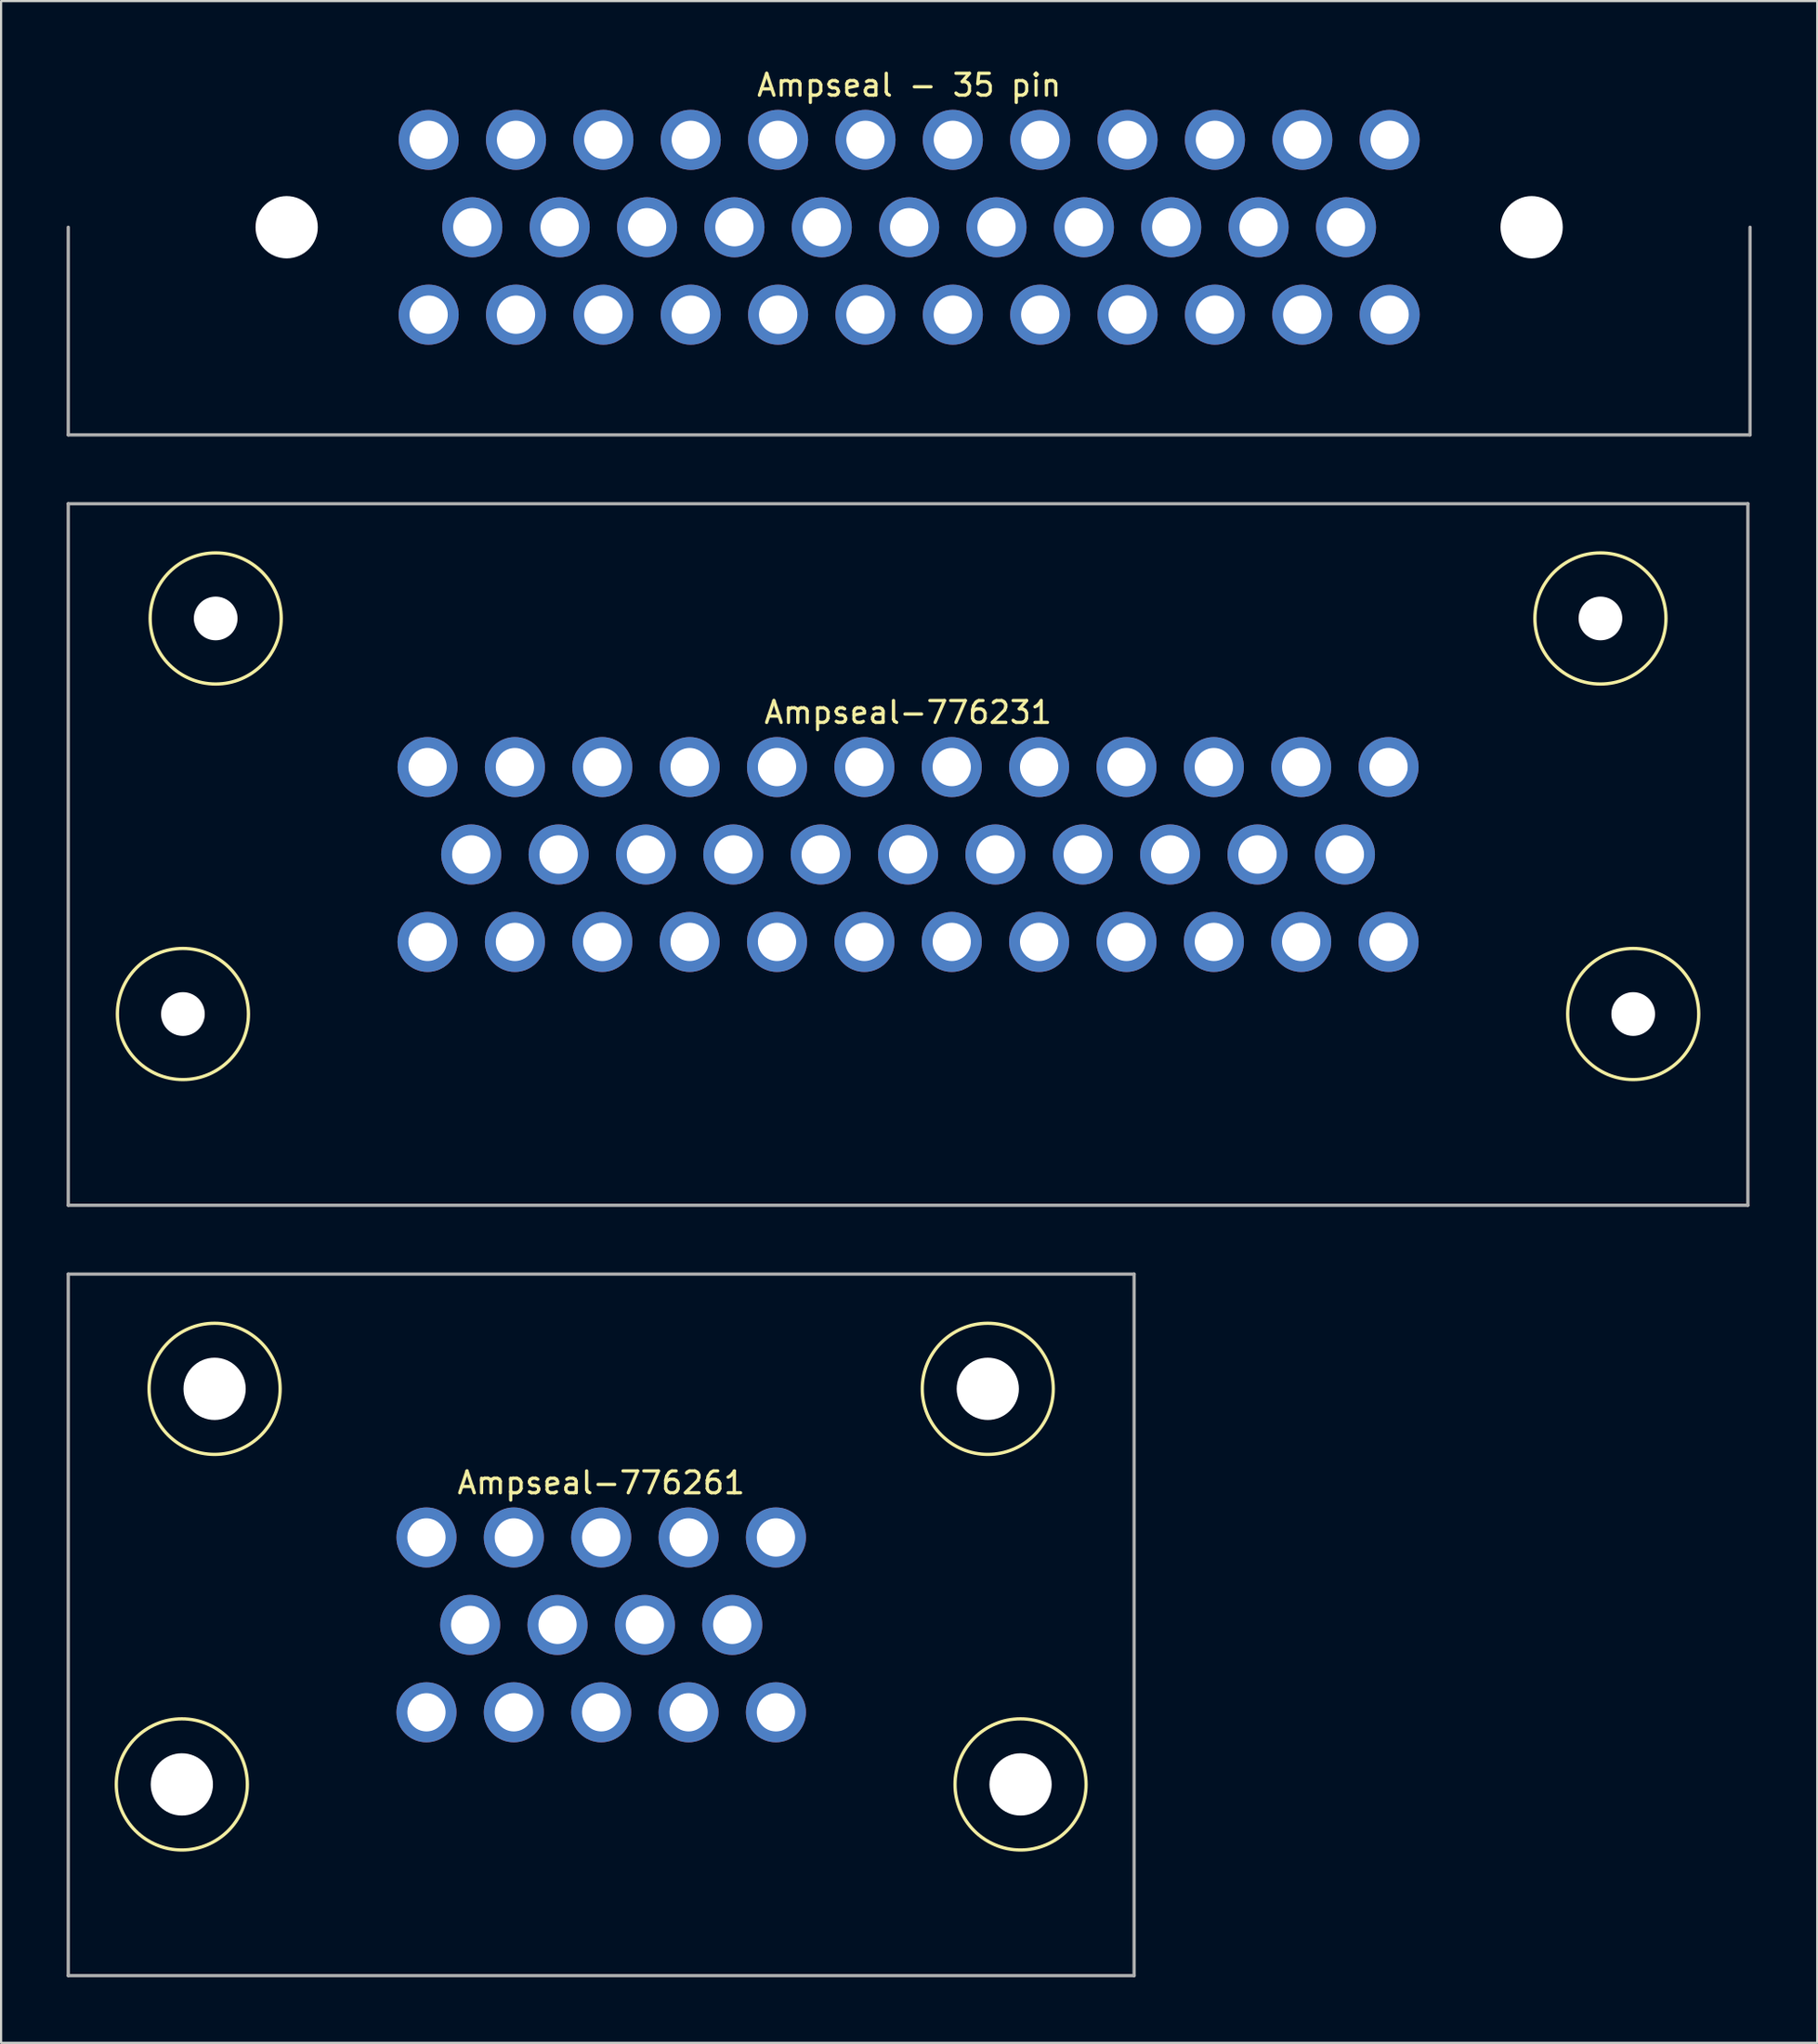
<source format=kicad_pcb>
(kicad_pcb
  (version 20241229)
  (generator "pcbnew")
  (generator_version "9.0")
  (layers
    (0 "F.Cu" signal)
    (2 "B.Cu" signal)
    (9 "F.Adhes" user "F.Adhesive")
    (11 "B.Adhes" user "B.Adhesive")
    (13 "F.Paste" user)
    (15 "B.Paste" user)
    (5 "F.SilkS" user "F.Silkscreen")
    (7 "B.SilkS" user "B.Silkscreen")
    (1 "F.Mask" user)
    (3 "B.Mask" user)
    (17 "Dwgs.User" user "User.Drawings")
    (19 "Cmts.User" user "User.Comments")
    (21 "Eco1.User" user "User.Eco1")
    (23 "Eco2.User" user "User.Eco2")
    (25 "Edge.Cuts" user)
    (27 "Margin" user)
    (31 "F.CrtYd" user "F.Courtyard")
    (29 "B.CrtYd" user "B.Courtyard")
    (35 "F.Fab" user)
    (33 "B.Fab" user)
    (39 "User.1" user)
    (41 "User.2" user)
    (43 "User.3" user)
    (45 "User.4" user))
  (footprint "Ampseal-776261"
    (layer "F.Cu")
    (at 24.475 71.298)
    (property "Reference" "Ampseal-776261" (at 0 -6.5 0) (layer "F.SilkS") (effects (font (size 1 1) (thickness 0.15))))
    (attr through_hole)
    (fp_circle (center -19.2 7.3) (end -19.2 10.3) (stroke (width 0.15) (type solid)) (fill no) (layer "F.SilkS"))
    (fp_circle (center -17.7 -10.8) (end -20.7 -10.8) (stroke (width 0.15) (type solid)) (fill no) (layer "F.SilkS"))
    (fp_circle (center 17.7 -10.8) (end 20.7 -10.8) (stroke (width 0.15) (type solid)) (fill no) (layer "F.SilkS"))
    (fp_circle (center 19.2 7.3) (end 19.2 10.3) (stroke (width 0.15) (type solid)) (fill no) (layer "F.SilkS"))
    (fp_line (start -24.4 -16.05) (end 24.4 -16.05) (stroke (width 0.15) (type solid)) (layer "F.Fab"))
    (fp_line (start -24.4 16.05) (end -24.4 -16.05) (stroke (width 0.15) (type solid)) (layer "F.Fab"))
    (fp_line (start -24.4 16.05) (end 24.4 16.05) (stroke (width 0.15) (type solid)) (layer "F.Fab"))
    (fp_line (start 24.4 16.05) (end 24.4 -16.05) (stroke (width 0.15) (type solid)) (layer "F.Fab"))
    (pad "" np_thru_hole circle (at -19.2 7.3) (size 2.85 2.85) (drill 2.85) (layers "*.Cu" "*.Mask"))
    (pad "" np_thru_hole circle (at -17.7 -10.8) (size 2.85 2.85) (drill 2.85) (layers "*.Cu" "*.Mask"))
    (pad "" np_thru_hole circle (at 17.7 -10.8) (size 2.85 2.85) (drill 2.85) (layers "*.Cu" "*.Mask"))
    (pad "" np_thru_hole circle (at 19.2 7.3) (size 2.85 2.85) (drill 2.85) (layers "*.Cu" "*.Mask"))
    (pad "1" thru_hole circle (at -8 -4) (size 2.75 2.75) (drill 1.75) (layers "*.Cu" "*.Mask"))
    (pad "2" thru_hole circle (at -4 -4) (size 2.75 2.75) (drill 1.75) (layers "*.Cu" "*.Mask"))
    (pad "3" thru_hole circle (at 0 -4) (size 2.75 2.75) (drill 1.75) (layers "*.Cu" "*.Mask"))
    (pad "4" thru_hole circle (at 4 -4) (size 2.75 2.75) (drill 1.75) (layers "*.Cu" "*.Mask"))
    (pad "5" thru_hole circle (at 8 -4) (size 2.75 2.75) (drill 1.75) (layers "*.Cu" "*.Mask"))
    (pad "6" thru_hole circle (at -6 0) (size 2.75 2.75) (drill 1.75) (layers "*.Cu" "*.Mask"))
    (pad "7" thru_hole circle (at -2 0) (size 2.75 2.75) (drill 1.75) (layers "*.Cu" "*.Mask"))
    (pad "8" thru_hole circle (at 2 0) (size 2.75 2.75) (drill 1.75) (layers "*.Cu" "*.Mask"))
    (pad "9" thru_hole circle (at 6 0) (size 2.75 2.75) (drill 1.75) (layers "*.Cu" "*.Mask"))
    (pad "10" thru_hole circle (at -8 4) (size 2.75 2.75) (drill 1.75) (layers "*.Cu" "*.Mask"))
    (pad "11" thru_hole circle (at -4 4) (size 2.75 2.75) (drill 1.75) (layers "*.Cu" "*.Mask"))
    (pad "12" thru_hole circle (at 0 4) (size 2.75 2.75) (drill 1.75) (layers "*.Cu" "*.Mask"))
    (pad "13" thru_hole circle (at 4 4) (size 2.75 2.75) (drill 1.75) (layers "*.Cu" "*.Mask"))
    (pad "14" thru_hole circle (at 8 4) (size 2.75 2.75) (drill 1.75) (layers "*.Cu" "*.Mask")))
  (footprint "Ampseal-776231"
    (layer "F.Cu")
    (at 38.525 36.048)
    (property "Reference" "Ampseal-776231" (at 0 -6.5 0) (layer "F.SilkS") (effects (font (size 1 1) (thickness 0.15))))
    (attr through_hole)
    (fp_circle (center -33.2 7.3) (end -30.2 7.3) (stroke (width 0.15) (type solid)) (fill no) (layer "F.SilkS"))
    (fp_circle (center -31.7 -10.8) (end -34.7 -10.8) (stroke (width 0.15) (type solid)) (fill no) (layer "F.SilkS"))
    (fp_circle (center 31.7 -10.8) (end 34.7 -10.8) (stroke (width 0.15) (type solid)) (fill no) (layer "F.SilkS"))
    (fp_circle (center 33.2 7.3) (end 36.2 7.3) (stroke (width 0.15) (type solid)) (fill no) (layer "F.SilkS"))
    (fp_line (start -38.45 -16.05) (end -38.45 16.05) (stroke (width 0.15) (type solid)) (layer "F.Fab"))
    (fp_line (start -38.45 -16.05) (end 38.45 -16.05) (stroke (width 0.15) (type solid)) (layer "F.Fab"))
    (fp_line (start -38.45 16.05) (end 38.45 16.05) (stroke (width 0.15) (type solid)) (layer "F.Fab"))
    (fp_line (start 38.45 -16.05) (end 38.45 16.05) (stroke (width 0.15) (type solid)) (layer "F.Fab"))
    (pad "" np_thru_hole circle (at -33.2 7.3) (size 2 2) (drill 2) (layers "*.Cu" "*.Mask"))
    (pad "" np_thru_hole circle (at -31.7 -10.8) (size 2 2) (drill 2) (layers "*.Cu" "*.Mask"))
    (pad "" np_thru_hole circle (at 31.7 -10.8) (size 2 2) (drill 2) (layers "*.Cu" "*.Mask"))
    (pad "" np_thru_hole circle (at 33.2 7.3) (size 2 2) (drill 2) (layers "*.Cu" "*.Mask"))
    (pad "1" thru_hole circle (at -22 -4) (size 2.75 2.75) (drill 1.75) (layers "*.Cu" "*.Mask"))
    (pad "2" thru_hole circle (at -18 -4) (size 2.75 2.75) (drill 1.75) (layers "*.Cu" "*.Mask"))
    (pad "3" thru_hole circle (at -14 -4) (size 2.75 2.75) (drill 1.75) (layers "*.Cu" "*.Mask"))
    (pad "4" thru_hole circle (at -10 -4) (size 2.75 2.75) (drill 1.75) (layers "*.Cu" "*.Mask"))
    (pad "5" thru_hole circle (at -6 -4) (size 2.75 2.75) (drill 1.75) (layers "*.Cu" "*.Mask"))
    (pad "6" thru_hole circle (at -2 -4) (size 2.75 2.75) (drill 1.75) (layers "*.Cu" "*.Mask"))
    (pad "7" thru_hole circle (at 2 -4) (size 2.75 2.75) (drill 1.75) (layers "*.Cu" "*.Mask"))
    (pad "8" thru_hole circle (at 6 -4) (size 2.75 2.75) (drill 1.75) (layers "*.Cu" "*.Mask"))
    (pad "9" thru_hole circle (at 10 -4) (size 2.75 2.75) (drill 1.75) (layers "*.Cu" "*.Mask"))
    (pad "10" thru_hole circle (at 14 -4) (size 2.75 2.75) (drill 1.75) (layers "*.Cu" "*.Mask"))
    (pad "11" thru_hole circle (at 18 -4) (size 2.75 2.75) (drill 1.75) (layers "*.Cu" "*.Mask"))
    (pad "12" thru_hole circle (at 22 -4) (size 2.75 2.75) (drill 1.75) (layers "*.Cu" "*.Mask"))
    (pad "13" thru_hole circle (at -20 0) (size 2.75 2.75) (drill 1.75) (layers "*.Cu" "*.Mask"))
    (pad "14" thru_hole circle (at -16 0) (size 2.75 2.75) (drill 1.75) (layers "*.Cu" "*.Mask"))
    (pad "15" thru_hole circle (at -12 0) (size 2.75 2.75) (drill 1.75) (layers "*.Cu" "*.Mask"))
    (pad "16" thru_hole circle (at -8 0) (size 2.75 2.75) (drill 1.75) (layers "*.Cu" "*.Mask"))
    (pad "17" thru_hole circle (at -4 0) (size 2.75 2.75) (drill 1.75) (layers "*.Cu" "*.Mask"))
    (pad "18" thru_hole circle (at 0 0) (size 2.75 2.75) (drill 1.75) (layers "*.Cu" "*.Mask"))
    (pad "19" thru_hole circle (at 4 0) (size 2.75 2.75) (drill 1.75) (layers "*.Cu" "*.Mask"))
    (pad "20" thru_hole circle (at 8 0) (size 2.75 2.75) (drill 1.75) (layers "*.Cu" "*.Mask"))
    (pad "21" thru_hole circle (at 12 0) (size 2.75 2.75) (drill 1.75) (layers "*.Cu" "*.Mask"))
    (pad "22" thru_hole circle (at 16 0) (size 2.75 2.75) (drill 1.75) (layers "*.Cu" "*.Mask"))
    (pad "23" thru_hole circle (at 20 0) (size 2.75 2.75) (drill 1.75) (layers "*.Cu" "*.Mask"))
    (pad "24" thru_hole circle (at -22 4) (size 2.75 2.75) (drill 1.75) (layers "*.Cu" "*.Mask"))
    (pad "25" thru_hole circle (at -18 4) (size 2.75 2.75) (drill 1.75) (layers "*.Cu" "*.Mask"))
    (pad "26" thru_hole circle (at -14 4) (size 2.75 2.75) (drill 1.75) (layers "*.Cu" "*.Mask"))
    (pad "27" thru_hole circle (at -10 4) (size 2.75 2.75) (drill 1.75) (layers "*.Cu" "*.Mask"))
    (pad "28" thru_hole circle (at -6 4) (size 2.75 2.75) (drill 1.75) (layers "*.Cu" "*.Mask"))
    (pad "29" thru_hole circle (at -2 4) (size 2.75 2.75) (drill 1.75) (layers "*.Cu" "*.Mask"))
    (pad "30" thru_hole circle (at 2 4) (size 2.75 2.75) (drill 1.75) (layers "*.Cu" "*.Mask"))
    (pad "31" thru_hole circle (at 6 4) (size 2.75 2.75) (drill 1.75) (layers "*.Cu" "*.Mask"))
    (pad "32" thru_hole circle (at 10 4) (size 2.75 2.75) (drill 1.75) (layers "*.Cu" "*.Mask"))
    (pad "33" thru_hole circle (at 14 4) (size 2.75 2.75) (drill 1.75) (layers "*.Cu" "*.Mask"))
    (pad "34" thru_hole circle (at 18 4) (size 2.75 2.75) (drill 1.75) (layers "*.Cu" "*.Mask"))
    (pad "35" thru_hole circle (at 22 4) (size 2.75 2.75) (drill 1.75) (layers "*.Cu" "*.Mask")))
  (footprint "Ampseal - 35 pin"
    (layer "F.Cu")
    (at 38.575 7.348)
    (property "Reference" "Ampseal - 35 pin" (at 0 -6.5 0) (layer "F.SilkS") (effects (font (size 1 1) (thickness 0.15))))
    (attr through_hole)
    (fp_line (start -38.5 9.5) (end -38.5 0) (stroke (width 0.15) (type solid)) (layer "F.Fab"))
    (fp_line (start -38.5 9.5) (end 38.5 9.5) (stroke (width 0.15) (type solid)) (layer "F.Fab"))
    (fp_line (start 38.5 9.5) (end 38.5 0) (stroke (width 0.15) (type solid)) (layer "F.Fab"))
    (pad "" np_thru_hole circle (at -28.5 0) (size 2.85 2.85) (drill 2.85) (layers "*.Cu" "*.Mask"))
    (pad "" np_thru_hole circle (at 28.5 0) (size 2.85 2.85) (drill 2.85) (layers "*.Cu" "*.Mask"))
    (pad "1" thru_hole circle (at -22 -4) (size 2.75 2.75) (drill 1.75) (layers "*.Cu" "*.Mask"))
    (pad "2" thru_hole circle (at -18 -4) (size 2.75 2.75) (drill 1.75) (layers "*.Cu" "*.Mask"))
    (pad "3" thru_hole circle (at -14 -4) (size 2.75 2.75) (drill 1.75) (layers "*.Cu" "*.Mask"))
    (pad "4" thru_hole circle (at -10 -4) (size 2.75 2.75) (drill 1.75) (layers "*.Cu" "*.Mask"))
    (pad "5" thru_hole circle (at -6 -4) (size 2.75 2.75) (drill 1.75) (layers "*.Cu" "*.Mask"))
    (pad "6" thru_hole circle (at -2 -4) (size 2.75 2.75) (drill 1.75) (layers "*.Cu" "*.Mask"))
    (pad "7" thru_hole circle (at 2 -4) (size 2.75 2.75) (drill 1.75) (layers "*.Cu" "*.Mask"))
    (pad "8" thru_hole circle (at 6 -4) (size 2.75 2.75) (drill 1.75) (layers "*.Cu" "*.Mask"))
    (pad "9" thru_hole circle (at 10 -4) (size 2.75 2.75) (drill 1.75) (layers "*.Cu" "*.Mask"))
    (pad "10" thru_hole circle (at 14 -4) (size 2.75 2.75) (drill 1.75) (layers "*.Cu" "*.Mask"))
    (pad "11" thru_hole circle (at 18 -4) (size 2.75 2.75) (drill 1.75) (layers "*.Cu" "*.Mask"))
    (pad "12" thru_hole circle (at 22 -4) (size 2.75 2.75) (drill 1.75) (layers "*.Cu" "*.Mask"))
    (pad "13" thru_hole circle (at -20 0) (size 2.75 2.75) (drill 1.75) (layers "*.Cu" "*.Mask"))
    (pad "14" thru_hole circle (at -16 0) (size 2.75 2.75) (drill 1.75) (layers "*.Cu" "*.Mask"))
    (pad "15" thru_hole circle (at -12 0) (size 2.75 2.75) (drill 1.75) (layers "*.Cu" "*.Mask"))
    (pad "16" thru_hole circle (at -8 0) (size 2.75 2.75) (drill 1.75) (layers "*.Cu" "*.Mask"))
    (pad "17" thru_hole circle (at -4 0) (size 2.75 2.75) (drill 1.75) (layers "*.Cu" "*.Mask"))
    (pad "18" thru_hole circle (at 0 0) (size 2.75 2.75) (drill 1.75) (layers "*.Cu" "*.Mask"))
    (pad "19" thru_hole circle (at 4 0) (size 2.75 2.75) (drill 1.75) (layers "*.Cu" "*.Mask"))
    (pad "20" thru_hole circle (at 8 0) (size 2.75 2.75) (drill 1.75) (layers "*.Cu" "*.Mask"))
    (pad "21" thru_hole circle (at 12 0) (size 2.75 2.75) (drill 1.75) (layers "*.Cu" "*.Mask"))
    (pad "22" thru_hole circle (at 16 0) (size 2.75 2.75) (drill 1.75) (layers "*.Cu" "*.Mask"))
    (pad "23" thru_hole circle (at 20 0) (size 2.75 2.75) (drill 1.75) (layers "*.Cu" "*.Mask"))
    (pad "24" thru_hole circle (at -22 4) (size 2.75 2.75) (drill 1.75) (layers "*.Cu" "*.Mask"))
    (pad "25" thru_hole circle (at -18 4) (size 2.75 2.75) (drill 1.75) (layers "*.Cu" "*.Mask"))
    (pad "26" thru_hole circle (at -14 4) (size 2.75 2.75) (drill 1.75) (layers "*.Cu" "*.Mask"))
    (pad "27" thru_hole circle (at -10 4) (size 2.75 2.75) (drill 1.75) (layers "*.Cu" "*.Mask"))
    (pad "28" thru_hole circle (at -6 4) (size 2.75 2.75) (drill 1.75) (layers "*.Cu" "*.Mask"))
    (pad "29" thru_hole circle (at -2 4) (size 2.75 2.75) (drill 1.75) (layers "*.Cu" "*.Mask"))
    (pad "30" thru_hole circle (at 2 4) (size 2.75 2.75) (drill 1.75) (layers "*.Cu" "*.Mask"))
    (pad "31" thru_hole circle (at 6 4) (size 2.75 2.75) (drill 1.75) (layers "*.Cu" "*.Mask"))
    (pad "32" thru_hole circle (at 10 4) (size 2.75 2.75) (drill 1.75) (layers "*.Cu" "*.Mask"))
    (pad "33" thru_hole circle (at 14 4) (size 2.75 2.75) (drill 1.75) (layers "*.Cu" "*.Mask"))
    (pad "34" thru_hole circle (at 18 4) (size 2.75 2.75) (drill 1.75) (layers "*.Cu" "*.Mask"))
    (pad "35" thru_hole circle (at 22 4) (size 2.75 2.75) (drill 1.75) (layers "*.Cu" "*.Mask")))
  (gr_rect
    (start -3 -3)
    (end 80.15 90.423)
    (stroke (width 0.1) (type default))
    (fill no)
    (layer "Edge.Cuts")))
</source>
